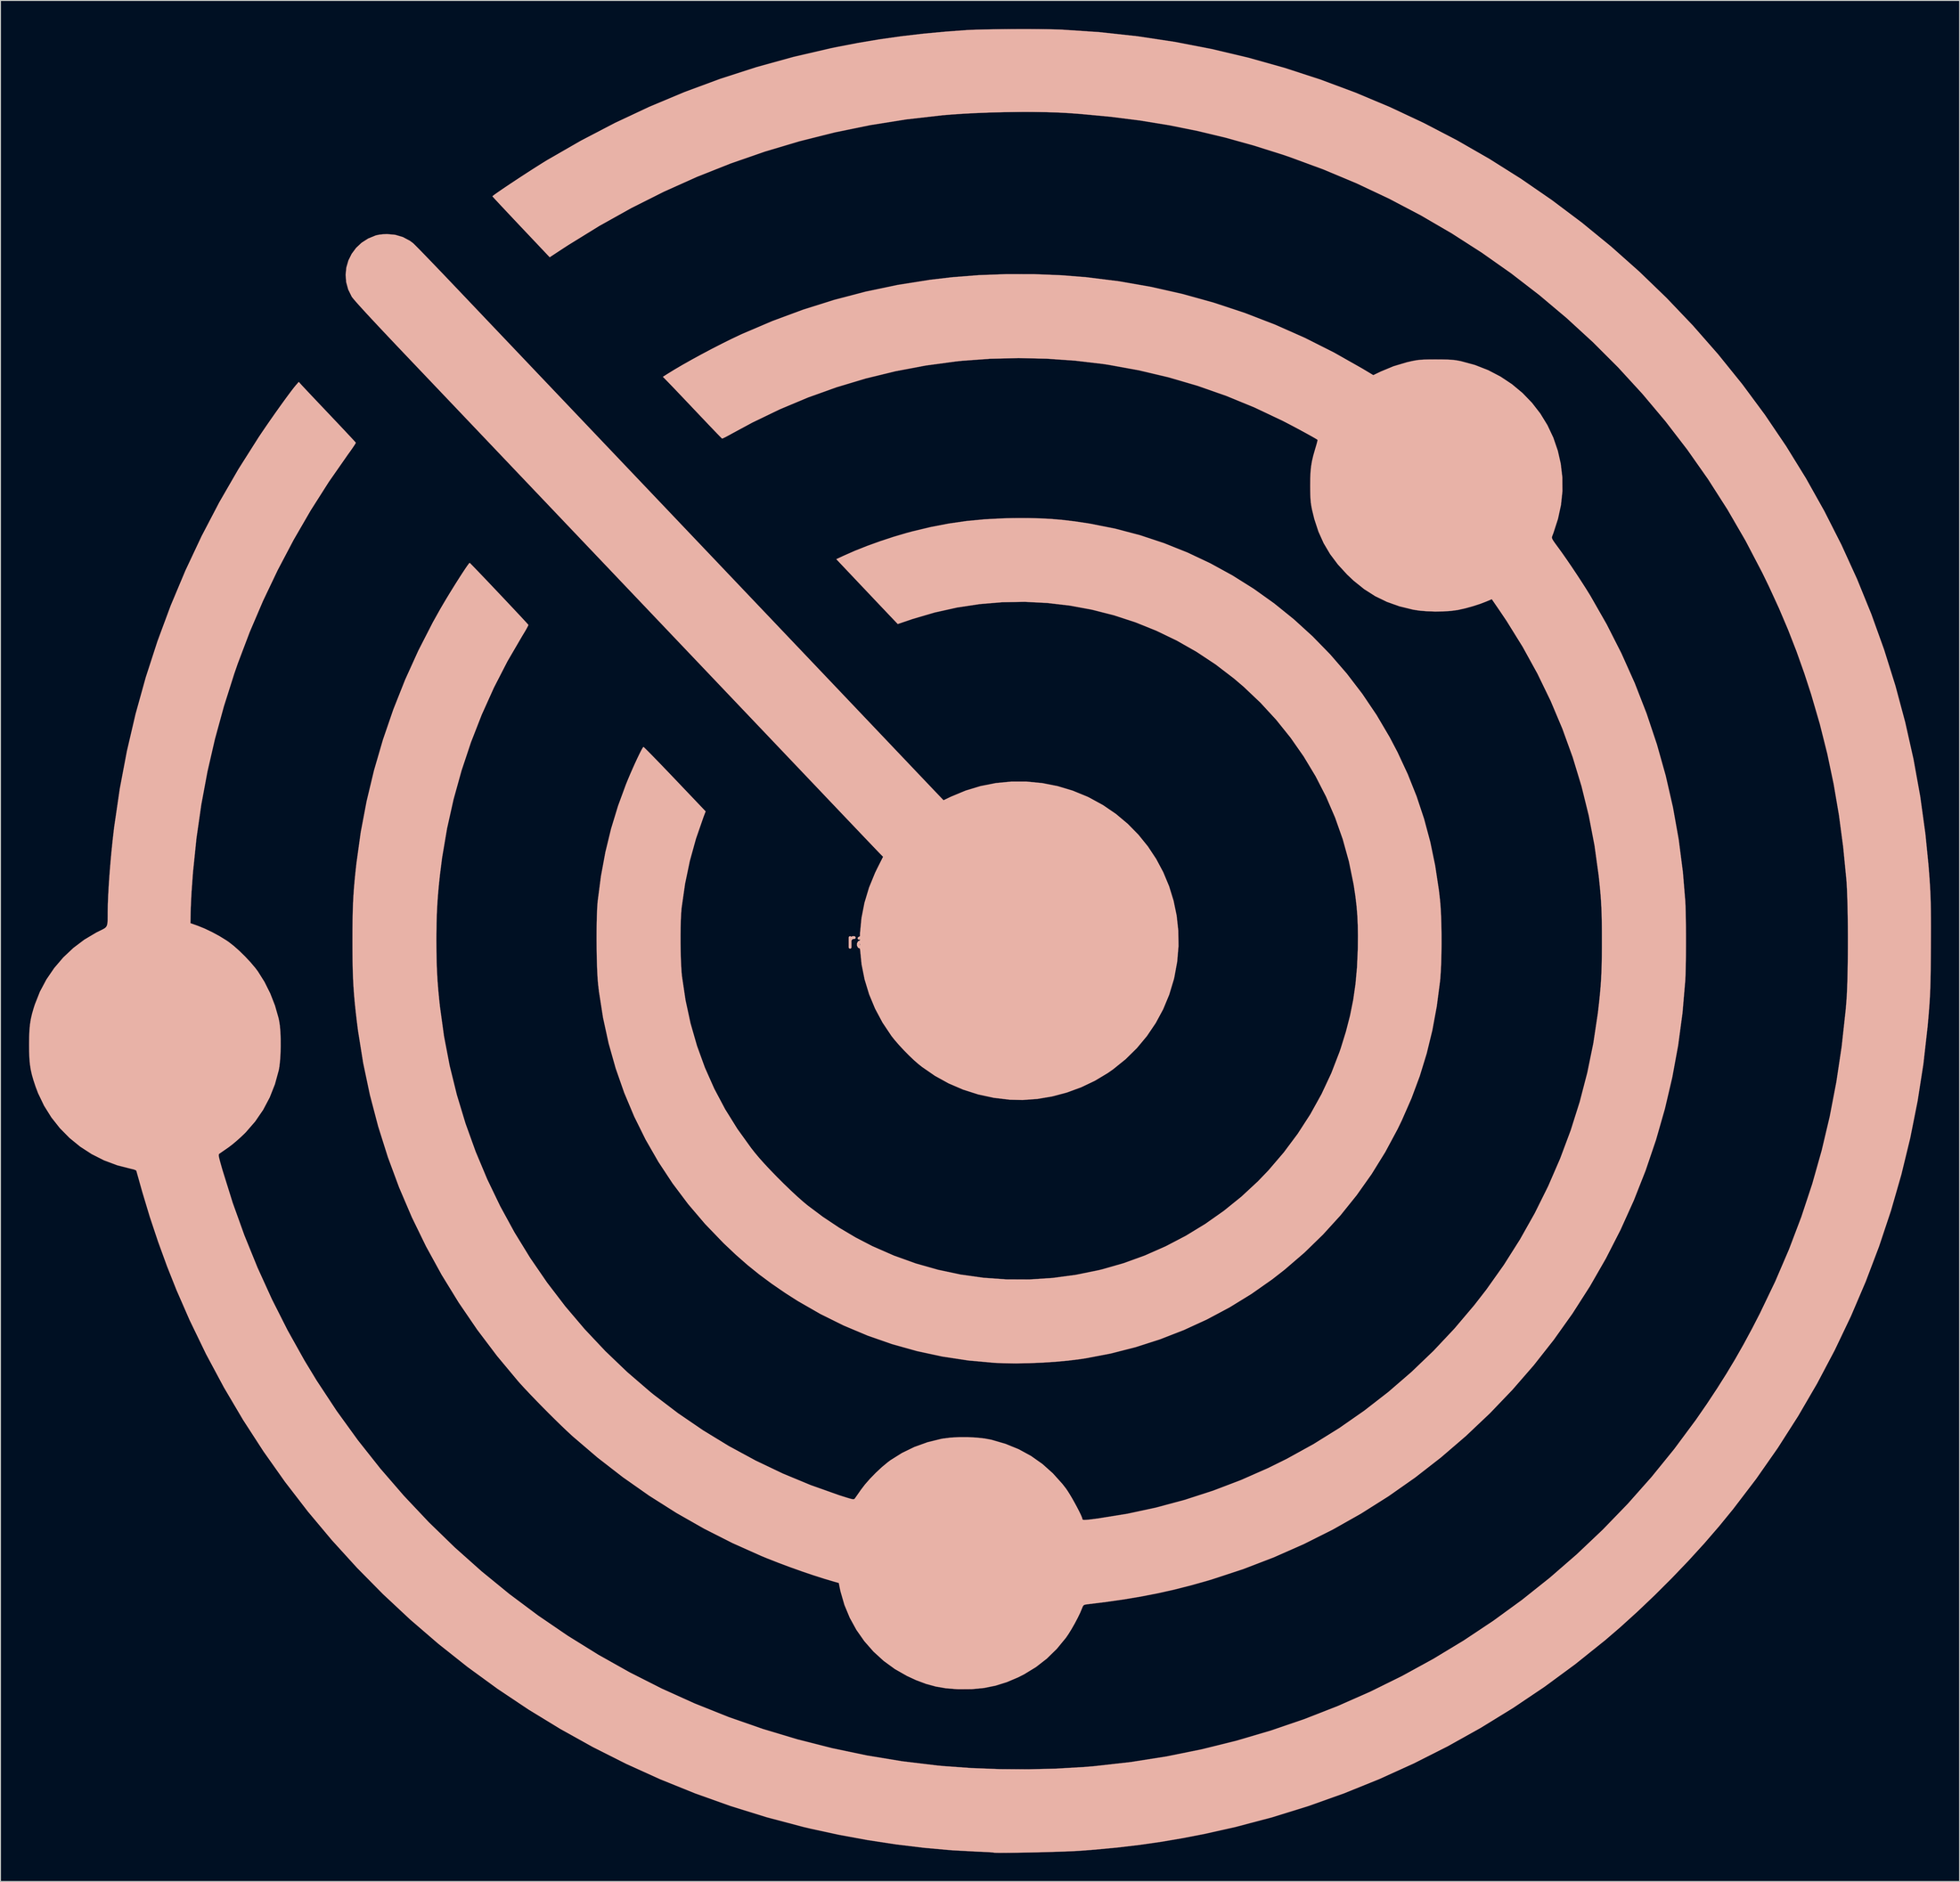
<source format=kicad_pcb>
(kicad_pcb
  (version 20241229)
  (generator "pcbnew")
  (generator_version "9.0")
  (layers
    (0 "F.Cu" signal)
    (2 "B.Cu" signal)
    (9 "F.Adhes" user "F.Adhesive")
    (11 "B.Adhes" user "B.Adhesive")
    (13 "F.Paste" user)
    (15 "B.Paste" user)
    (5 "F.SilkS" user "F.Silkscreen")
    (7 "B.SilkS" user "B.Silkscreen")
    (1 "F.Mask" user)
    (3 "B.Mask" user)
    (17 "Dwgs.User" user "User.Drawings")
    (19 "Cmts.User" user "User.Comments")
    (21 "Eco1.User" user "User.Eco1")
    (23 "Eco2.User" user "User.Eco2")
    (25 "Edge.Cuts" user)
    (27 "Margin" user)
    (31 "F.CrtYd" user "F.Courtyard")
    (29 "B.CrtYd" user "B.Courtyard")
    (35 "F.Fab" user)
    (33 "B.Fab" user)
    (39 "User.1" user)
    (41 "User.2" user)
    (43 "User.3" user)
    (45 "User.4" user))
  (footprint "radar-tracking_20x20_B"
    (layer "F.Cu")
    (at 99.869 95.798)
    (property "Reference" "radar-tracking_20x20_B" (at 0 0 0) (layer "B.SilkS") (effects (font (size 1.524 1.524) (thickness 0.3))))
    (attr through_hole)
    (fp_poly (pts (xy -61.413 -74.174) (xy -60.613 -73.938) (xy -59.881 -73.55) (xy -59.554 -73.309) (xy -59.439 -73.201) (xy -59.218 -72.981) (xy -58.9 -72.659) (xy -58.497 -72.246) (xy -58.019 -71.752) (xy -57.475 -71.188) (xy -56.877 -70.564) (xy -56.233 -69.892) (xy -55.556 -69.181) (xy -55.024 -68.622) (xy -54.31 -67.871) (xy -53.497 -67.016) (xy -52.604 -66.075) (xy -51.648 -65.069) (xy -50.647 -64.016) (xy -49.619 -62.935) (xy -48.583 -61.845) (xy -47.556 -60.764) (xy -46.557 -59.712) (xy -45.602 -58.708) (xy -45.167 -58.251) (xy -44.324 -57.363) (xy -43.38 -56.371) (xy -42.353 -55.289) (xy -41.257 -54.137) (xy -40.111 -52.93) (xy -38.929 -51.687) (xy -37.728 -50.423) (xy -36.525 -49.157) (xy -35.335 -47.906) (xy -34.176 -46.686) (xy -33.063 -45.516) (xy -32.131 -44.535) (xy -31.073 -43.421) (xy -29.954 -42.244) (xy -28.79 -41.02) (xy -27.598 -39.766) (xy -26.395 -38.499) (xy -25.195 -37.237) (xy -24.017 -35.997) (xy -22.875 -34.796) (xy -21.786 -33.651) (xy -20.768 -32.579) (xy -19.835 -31.597) (xy -19.094 -30.819) (xy -18.171 -29.847) (xy -17.196 -28.821) (xy -16.186 -27.758) (xy -15.16 -26.679) (xy -14.136 -25.601) (xy -13.131 -24.543) (xy -12.162 -23.523) (xy -11.248 -22.561) (xy -10.407 -21.676) (xy -9.656 -20.885) (xy -9.321 -20.532) (xy -8.618 -19.792) (xy -7.933 -19.071) (xy -7.278 -18.381) (xy -6.664 -17.735) (xy -6.102 -17.143) (xy -5.604 -16.62) (xy -5.182 -16.176) (xy -4.846 -15.823) (xy -4.61 -15.575) (xy -4.525 -15.486) (xy -3.829 -14.758) (xy -3.037 -15.136) (xy -1.515 -15.77) (xy 0.052 -16.245) (xy 1.654 -16.562) (xy 3.276 -16.72) (xy 4.908 -16.719) (xy 6.536 -16.561) (xy 8.148 -16.244) (xy 9.731 -15.769) (xy 11.272 -15.136) (xy 11.472 -15.04) (xy 12.929 -14.242) (xy 14.279 -13.319) (xy 15.516 -12.281) (xy 16.637 -11.139) (xy 17.637 -9.902) (xy 18.51 -8.581) (xy 19.253 -7.184) (xy 19.861 -5.723) (xy 20.329 -4.207) (xy 20.653 -2.645) (xy 20.827 -1.049) (xy 20.848 0.572) (xy 20.71 2.208) (xy 20.41 3.849) (xy 20.355 4.076) (xy 19.873 5.672) (xy 19.239 7.199) (xy 18.458 8.648) (xy 17.537 10.012) (xy 16.482 11.281) (xy 15.298 12.448) (xy 13.991 13.504) (xy 13.429 13.898) (xy 12.072 14.713) (xy 10.631 15.4) (xy 9.128 15.952) (xy 7.585 16.363) (xy 6.024 16.627) (xy 4.465 16.739) (xy 3.133 16.708) (xy 1.452 16.509) (xy -0.187 16.154) (xy -1.773 15.648) (xy -3.292 14.994) (xy -4.732 14.199) (xy -6.08 13.267) (xy -6.468 12.96) (xy -6.938 12.549) (xy -7.463 12.048) (xy -8.004 11.498) (xy -8.522 10.938) (xy -8.979 10.409) (xy -9.292 10.013) (xy -10.229 8.611) (xy -11.013 7.145) (xy -11.643 5.628) (xy -12.117 4.068) (xy -12.435 2.477) (xy -12.596 0.866) (xy -12.6 -0.756) (xy -12.444 -2.378) (xy -12.129 -3.988) (xy -11.652 -5.578) (xy -11.015 -7.135) (xy -10.786 -7.606) (xy -10.175 -8.82) (xy -10.485 -9.132) (xy -10.587 -9.237) (xy -10.797 -9.456) (xy -11.106 -9.78) (xy -11.507 -10.2) (xy -11.99 -10.706) (xy -12.547 -11.291) (xy -13.169 -11.945) (xy -13.849 -12.659) (xy -14.576 -13.423) (xy -15.343 -14.23) (xy -16.142 -15.07) (xy -16.425 -15.369) (xy -17.345 -16.337) (xy -18.317 -17.359) (xy -19.322 -18.417) (xy -20.343 -19.491) (xy -21.363 -20.564) (xy -22.363 -21.617) (xy -23.326 -22.63) (xy -24.234 -23.585) (xy -25.069 -24.463) (xy -25.813 -25.246) (xy -26.12 -25.569) (xy -28.083 -27.634) (xy -29.933 -29.58) (xy -31.677 -31.414) (xy -33.318 -33.141) (xy -34.862 -34.765) (xy -36.314 -36.292) (xy -37.677 -37.726) (xy -38.958 -39.074) (xy -40.161 -40.339) (xy -41.291 -41.527) (xy -42.352 -42.644) (xy -43.35 -43.693) (xy -44.288 -44.681) (xy -45.173 -45.612) (xy -46.009 -46.491) (xy -46.801 -47.324) (xy -47.553 -48.115) (xy -48.271 -48.87) (xy -48.959 -49.594) (xy -49.621 -50.291) (xy -49.743 -50.419) (xy -50.6 -51.321) (xy -51.552 -52.322) (xy -52.578 -53.402) (xy -53.658 -54.537) (xy -54.769 -55.706) (xy -55.891 -56.886) (xy -57.003 -58.055) (xy -58.083 -59.191) (xy -59.11 -60.27) (xy -60.063 -61.272) (xy -60.156 -61.37) (xy -61.241 -62.513) (xy -62.218 -63.546) (xy -63.086 -64.469) (xy -63.843 -65.279) (xy -64.489 -65.976) (xy -65.021 -66.559) (xy -65.44 -67.025) (xy -65.743 -67.374) (xy -65.929 -67.604) (xy -65.979 -67.675) (xy -66.348 -68.424) (xy -66.56 -69.198) (xy -66.622 -69.977) (xy -66.542 -70.746) (xy -66.327 -71.484) (xy -65.983 -72.175) (xy -65.519 -72.801) (xy -64.941 -73.342) (xy -64.256 -73.782) (xy -63.472 -74.102) (xy -63.421 -74.118) (xy -63.097 -74.186) (xy -62.688 -74.234) (xy -62.279 -74.253) (xy -62.272 -74.253) (xy -61.413 -74.174)) (stroke (width 0.01) (type solid)) (fill yes) (layer "B.SilkS"))
    (fp_poly (pts (xy 6.274 -44.383) (xy 7.503 -44.318) (xy 8.709 -44.213) (xy 9.94 -44.066) (xy 11.244 -43.872) (xy 11.599 -43.814) (xy 14.227 -43.291) (xy 16.806 -42.61) (xy 19.33 -41.773) (xy 21.792 -40.787) (xy 24.187 -39.656) (xy 26.507 -38.384) (xy 28.747 -36.977) (xy 30.901 -35.438) (xy 32.962 -33.773) (xy 34.923 -31.986) (xy 36.779 -30.083) (xy 38.523 -28.066) (xy 40.149 -25.942) (xy 41.651 -23.715) (xy 43.021 -21.39) (xy 43.848 -19.812) (xy 44.925 -17.496) (xy 45.854 -15.166) (xy 46.639 -12.803) (xy 47.287 -10.387) (xy 47.803 -7.898) (xy 48.194 -5.315) (xy 48.314 -4.27) (xy 48.374 -3.551) (xy 48.42 -2.7) (xy 48.452 -1.751) (xy 48.469 -0.74) (xy 48.473 0.296) (xy 48.461 1.322) (xy 48.436 2.301) (xy 48.396 3.199) (xy 48.342 3.98) (xy 48.314 4.27) (xy 47.972 6.892) (xy 47.507 9.412) (xy 46.913 11.85) (xy 46.184 14.229) (xy 45.314 16.567) (xy 44.297 18.887) (xy 43.849 19.812) (xy 42.56 22.213) (xy 41.128 24.526) (xy 39.557 26.746) (xy 37.853 28.866) (xy 36.02 30.88) (xy 34.063 32.784) (xy 31.987 34.571) (xy 30.692 35.581) (xy 28.502 37.12) (xy 26.214 38.526) (xy 23.842 39.793) (xy 21.395 40.916) (xy 18.887 41.892) (xy 16.328 42.714) (xy 13.73 43.378) (xy 11.106 43.88) (xy 10.456 43.978) (xy 9.249 44.127) (xy 7.933 44.247) (xy 6.555 44.337) (xy 5.163 44.394) (xy 3.802 44.416) (xy 2.52 44.402) (xy 1.524 44.359) (xy -1.239 44.109) (xy -3.956 43.696) (xy -6.624 43.122) (xy -9.24 42.388) (xy -11.801 41.494) (xy -14.304 40.441) (xy -16.747 39.231) (xy -19.126 37.865) (xy -20.464 37.009) (xy -21.879 36.036) (xy -23.18 35.071) (xy -24.413 34.076) (xy -25.626 33.011) (xy -26.867 31.839) (xy -26.954 31.754) (xy -28.871 29.762) (xy -30.647 27.676) (xy -32.281 25.5) (xy -33.772 23.237) (xy -35.117 20.893) (xy -36.314 18.471) (xy -37.362 15.975) (xy -38.258 13.41) (xy -39 10.779) (xy -39.586 8.087) (xy -40.015 5.337) (xy -40.104 4.572) (xy -40.151 4.032) (xy -40.19 3.356) (xy -40.221 2.574) (xy -40.244 1.715) (xy -40.258 0.809) (xy -40.265 -0.115) (xy -40.262 -1.028) (xy -40.251 -1.9) (xy -40.231 -2.701) (xy -40.202 -3.404) (xy -40.164 -3.977) (xy -40.148 -4.149) (xy -39.805 -6.781) (xy -39.337 -9.315) (xy -38.74 -11.77) (xy -38.009 -14.168) (xy -37.18 -16.425) (xy -36.958 -16.969) (xy -36.719 -17.535) (xy -36.47 -18.103) (xy -36.223 -18.652) (xy -35.988 -19.159) (xy -35.774 -19.604) (xy -35.592 -19.966) (xy -35.451 -20.221) (xy -35.362 -20.351) (xy -35.343 -20.362) (xy -35.27 -20.303) (xy -35.092 -20.131) (xy -34.819 -19.859) (xy -34.463 -19.497) (xy -34.033 -19.056) (xy -33.541 -18.548) (xy -32.998 -17.983) (xy -32.414 -17.373) (xy -32.036 -16.976) (xy -28.813 -13.589) (xy -29.023 -13.039) (xy -29.827 -10.722) (xy -30.474 -8.381) (xy -30.972 -5.991) (xy -31.326 -3.528) (xy -31.342 -3.387) (xy -31.386 -2.854) (xy -31.418 -2.186) (xy -31.439 -1.418) (xy -31.448 -0.585) (xy -31.447 0.28) (xy -31.434 1.142) (xy -31.412 1.967) (xy -31.378 2.72) (xy -31.335 3.367) (xy -31.298 3.742) (xy -30.924 6.253) (xy -30.398 8.688) (xy -29.72 11.049) (xy -28.89 13.338) (xy -27.906 15.554) (xy -26.769 17.7) (xy -25.478 19.777) (xy -24.033 21.786) (xy -23.655 22.267) (xy -23.197 22.816) (xy -22.634 23.446) (xy -21.994 24.13) (xy -21.305 24.84) (xy -20.593 25.551) (xy -19.884 26.235) (xy -19.206 26.866) (xy -18.586 27.415) (xy -18.119 27.804) (xy -16.508 29.013) (xy -14.807 30.149) (xy -13.062 31.185) (xy -11.32 32.089) (xy -11.303 32.097) (xy -9.048 33.086) (xy -6.747 33.914) (xy -4.409 34.578) (xy -2.039 35.08) (xy 0.356 35.417) (xy 2.769 35.589) (xy 5.195 35.596) (xy 7.626 35.438) (xy 10.057 35.112) (xy 12.479 34.619) (xy 12.827 34.534) (xy 15.095 33.884) (xy 17.324 33.074) (xy 19.503 32.111) (xy 21.619 31.005) (xy 23.659 29.761) (xy 25.609 28.387) (xy 27.459 26.892) (xy 29.194 25.282) (xy 30.294 24.135) (xy 31.903 22.254) (xy 33.371 20.286) (xy 34.695 18.238) (xy 35.871 16.116) (xy 36.895 13.929) (xy 37.762 11.682) (xy 37.891 11.303) (xy 38.43 9.565) (xy 38.863 7.887) (xy 39.197 6.227) (xy 39.439 4.543) (xy 39.597 2.794) (xy 39.677 0.937) (xy 39.682 0.72) (xy 39.693 -0.519) (xy 39.676 -1.634) (xy 39.629 -2.668) (xy 39.547 -3.665) (xy 39.429 -4.668) (xy 39.271 -5.721) (xy 39.233 -5.954) (xy 38.747 -8.329) (xy 38.101 -10.658) (xy 37.299 -12.932) (xy 36.345 -15.144) (xy 35.245 -17.286) (xy 34.002 -19.351) (xy 32.621 -21.33) (xy 31.106 -23.217) (xy 29.462 -25.004) (xy 27.693 -26.683) (xy 26.67 -27.556) (xy 24.747 -29.029) (xy 22.741 -30.358) (xy 20.661 -31.54) (xy 18.514 -32.575) (xy 16.31 -33.462) (xy 14.057 -34.197) (xy 11.762 -34.781) (xy 9.435 -35.212) (xy 7.083 -35.487) (xy 4.714 -35.606) (xy 2.337 -35.568) (xy -0.039 -35.369) (xy -2.407 -35.01) (xy -4.759 -34.488) (xy -7.085 -33.803) (xy -7.302 -33.73) (xy -8.635 -33.277) (xy -9.3 -33.974) (xy -9.502 -34.186) (xy -9.804 -34.505) (xy -10.19 -34.912) (xy -10.644 -35.391) (xy -11.15 -35.925) (xy -11.691 -36.497) (xy -12.252 -37.09) (xy -12.527 -37.38) (xy -15.089 -40.09) (xy -14.297 -40.46) (xy -13.126 -40.976) (xy -11.833 -41.489) (xy -10.465 -41.983) (xy -9.069 -42.442) (xy -7.692 -42.849) (xy -7.106 -43.006) (xy -5.172 -43.468) (xy -3.288 -43.831) (xy -1.41 -44.101) (xy 0.509 -44.284) (xy 2.513 -44.386) (xy 3.556 -44.408) (xy 4.975 -44.411) (xy 6.274 -44.383)) (stroke (width 0.01) (type solid)) (fill yes) (layer "B.SilkS"))
    (fp_poly (pts (xy 5.69 -70.041) (xy 8.579 -69.925) (xy 11.176 -69.718) (xy 14.572 -69.296) (xy 17.938 -68.708) (xy 21.267 -67.956) (xy 24.555 -67.042) (xy 27.794 -65.969) (xy 30.98 -64.738) (xy 34.105 -63.352) (xy 37.165 -61.811) (xy 40.153 -60.119) (xy 40.19 -60.097) (xy 41.306 -59.428) (xy 42.102 -59.81) (xy 43.419 -60.358) (xy 44.83 -60.78) (xy 45.297 -60.888) (xy 45.636 -60.957) (xy 45.952 -61.008) (xy 46.28 -61.042) (xy 46.657 -61.064) (xy 47.12 -61.076) (xy 47.704 -61.079) (xy 47.921 -61.079) (xy 48.56 -61.076) (xy 49.065 -61.065) (xy 49.473 -61.045) (xy 49.82 -61.013) (xy 50.141 -60.966) (xy 50.473 -60.901) (xy 50.516 -60.892) (xy 51.978 -60.494) (xy 53.363 -59.953) (xy 54.663 -59.276) (xy 55.869 -58.474) (xy 56.974 -57.553) (xy 57.969 -56.523) (xy 58.846 -55.392) (xy 59.596 -54.167) (xy 60.212 -52.859) (xy 60.686 -51.475) (xy 60.991 -50.123) (xy 61.161 -48.677) (xy 61.17 -47.235) (xy 61.017 -45.787) (xy 60.701 -44.324) (xy 60.22 -42.837) (xy 60.106 -42.541) (xy 60.071 -42.433) (xy 60.066 -42.331) (xy 60.106 -42.208) (xy 60.204 -42.036) (xy 60.373 -41.79) (xy 60.626 -41.444) (xy 60.723 -41.313) (xy 61.132 -40.748) (xy 61.603 -40.074) (xy 62.112 -39.329) (xy 62.633 -38.549) (xy 63.142 -37.772) (xy 63.615 -37.034) (xy 64.026 -36.373) (xy 64.109 -36.237) (xy 65.813 -33.251) (xy 67.364 -30.193) (xy 68.762 -27.069) (xy 70.003 -23.883) (xy 71.087 -20.641) (xy 72.013 -17.348) (xy 72.777 -14.008) (xy 73.38 -10.626) (xy 73.82 -7.208) (xy 74.072 -4.149) (xy 74.095 -3.645) (xy 74.114 -3.002) (xy 74.128 -2.251) (xy 74.138 -1.42) (xy 74.143 -0.542) (xy 74.143 0.355) (xy 74.139 1.24) (xy 74.131 2.083) (xy 74.117 2.854) (xy 74.099 3.521) (xy 74.077 4.057) (xy 74.072 4.149) (xy 73.779 7.586) (xy 73.323 10.988) (xy 72.706 14.35) (xy 71.929 17.665) (xy 70.995 20.93) (xy 69.907 24.14) (xy 68.666 27.288) (xy 67.275 30.371) (xy 65.736 33.383) (xy 64.052 36.318) (xy 62.225 39.173) (xy 60.256 41.942) (xy 58.149 44.62) (xy 55.905 47.201) (xy 53.552 49.657) (xy 51.032 52.045) (xy 48.415 54.295) (xy 45.705 56.406) (xy 42.903 58.374) (xy 40.014 60.2) (xy 37.041 61.88) (xy 33.986 63.412) (xy 30.852 64.796) (xy 27.644 66.029) (xy 24.364 67.109) (xy 23.834 67.267) (xy 22.102 67.754) (xy 20.401 68.185) (xy 18.696 68.567) (xy 16.953 68.907) (xy 15.14 69.212) (xy 13.223 69.487) (xy 11.334 69.72) (xy 11.062 69.757) (xy 10.905 69.813) (xy 10.809 69.928) (xy 10.722 70.139) (xy 10.709 70.172) (xy 10.518 70.628) (xy 10.253 71.173) (xy 9.943 71.759) (xy 9.613 72.337) (xy 9.29 72.86) (xy 9.025 73.247) (xy 8.068 74.411) (xy 7.023 75.434) (xy 5.879 76.324) (xy 4.628 77.088) (xy 4.022 77.396) (xy 2.825 77.905) (xy 1.633 78.279) (xy 0.413 78.525) (xy -0.867 78.648) (xy -2.24 78.655) (xy -2.455 78.646) (xy -3.588 78.553) (xy -4.644 78.372) (xy -5.671 78.091) (xy -6.715 77.698) (xy -7.662 77.261) (xy -8.937 76.535) (xy -10.114 75.677) (xy -11.186 74.698) (xy -12.142 73.608) (xy -12.975 72.421) (xy -13.675 71.146) (xy -14.235 69.797) (xy -14.644 68.384) (xy -14.732 67.971) (xy -14.827 67.488) (xy -15.309 67.353) (xy -16.341 67.048) (xy -17.485 66.682) (xy -18.699 66.27) (xy -19.943 65.826) (xy -21.177 65.364) (xy -22.359 64.899) (xy -22.945 64.658) (xy -25.98 63.302) (xy -28.966 61.788) (xy -31.889 60.124) (xy -34.738 58.318) (xy -37.5 56.378) (xy -40.165 54.311) (xy -42.719 52.126) (xy -42.926 51.939) (xy -43.421 51.48) (xy -43.998 50.928) (xy -44.632 50.308) (xy -45.3 49.645) (xy -45.977 48.962) (xy -46.638 48.285) (xy -47.26 47.637) (xy -47.819 47.044) (xy -48.29 46.53) (xy -48.483 46.313) (xy -50.715 43.634) (xy -52.802 40.871) (xy -54.742 38.028) (xy -56.534 35.109) (xy -58.175 32.118) (xy -59.665 29.057) (xy -61 25.932) (xy -62.181 22.745) (xy -63.204 19.501) (xy -64.069 16.203) (xy -64.774 12.855) (xy -65.317 9.46) (xy -65.444 8.467) (xy -65.56 7.46) (xy -65.657 6.538) (xy -65.734 5.667) (xy -65.795 4.816) (xy -65.84 3.952) (xy -65.872 3.043) (xy -65.892 2.055) (xy -65.901 0.958) (xy -65.903 -0.042) (xy -65.9 -1.18) (xy -65.889 -2.182) (xy -65.871 -3.079) (xy -65.842 -3.904) (xy -65.802 -4.691) (xy -65.748 -5.471) (xy -65.679 -6.278) (xy -65.593 -7.143) (xy -65.488 -8.099) (xy -65.485 -8.128) (xy -65.032 -11.399) (xy -64.413 -14.664) (xy -63.634 -17.912) (xy -62.697 -21.13) (xy -61.607 -24.306) (xy -60.368 -27.427) (xy -58.984 -30.482) (xy -57.46 -33.458) (xy -56.687 -34.84) (xy -56.377 -35.373) (xy -56.038 -35.942) (xy -55.683 -36.528) (xy -55.321 -37.114) (xy -54.966 -37.682) (xy -54.628 -38.214) (xy -54.318 -38.692) (xy -54.049 -39.098) (xy -53.832 -39.414) (xy -53.677 -39.622) (xy -53.597 -39.703) (xy -53.594 -39.704) (xy -53.529 -39.645) (xy -53.361 -39.476) (xy -53.104 -39.211) (xy -52.771 -38.865) (xy -52.374 -38.45) (xy -51.927 -37.982) (xy -51.443 -37.473) (xy -50.935 -36.937) (xy -50.417 -36.389) (xy -49.901 -35.843) (xy -49.4 -35.311) (xy -48.928 -34.809) (xy -48.498 -34.35) (xy -48.122 -33.948) (xy -47.815 -33.616) (xy -47.589 -33.369) (xy -47.457 -33.221) (xy -47.428 -33.184) (xy -47.461 -33.09) (xy -47.57 -32.879) (xy -47.739 -32.579) (xy -47.955 -32.218) (xy -48.071 -32.028) (xy -49.626 -29.361) (xy -51.045 -26.599) (xy -52.326 -23.754) (xy -53.463 -20.839) (xy -54.452 -17.865) (xy -55.289 -14.847) (xy -55.97 -11.795) (xy -56.49 -8.722) (xy -56.72 -6.9) (xy -56.837 -5.788) (xy -56.927 -4.772) (xy -56.995 -3.805) (xy -57.043 -2.84) (xy -57.072 -1.829) (xy -57.086 -0.724) (xy -57.088 0) (xy -57.082 1.183) (xy -57.062 2.244) (xy -57.026 3.231) (xy -56.971 4.191) (xy -56.894 5.172) (xy -56.793 6.221) (xy -56.72 6.9) (xy -56.289 10.038) (xy -55.695 13.139) (xy -54.941 16.199) (xy -54.03 19.21) (xy -52.966 22.166) (xy -51.752 25.063) (xy -50.392 27.893) (xy -48.888 30.65) (xy -47.244 33.329) (xy -45.464 35.923) (xy -43.551 38.426) (xy -41.508 40.832) (xy -39.339 43.135) (xy -37.047 45.329) (xy -34.635 47.407) (xy -34.248 47.721) (xy -31.712 49.652) (xy -29.08 51.45) (xy -26.361 53.11) (xy -23.565 54.626) (xy -20.701 55.994) (xy -17.78 57.207) (xy -14.811 58.261) (xy -14.478 58.369) (xy -14.007 58.517) (xy -13.671 58.618) (xy -13.444 58.675) (xy -13.299 58.693) (xy -13.213 58.676) (xy -13.157 58.631) (xy -13.142 58.611) (xy -13.05 58.482) (xy -12.887 58.25) (xy -12.678 57.951) (xy -12.507 57.703) (xy -12.071 57.133) (xy -11.53 56.517) (xy -10.924 55.895) (xy -10.294 55.309) (xy -9.679 54.798) (xy -9.398 54.588) (xy -8.192 53.831) (xy -6.889 53.198) (xy -5.515 52.702) (xy -4.098 52.353) (xy -3.859 52.31) (xy -3.079 52.213) (xy -2.206 52.165) (xy -1.29 52.164) (xy -0.385 52.211) (xy 0.459 52.302) (xy 1.185 52.437) (xy 2.679 52.871) (xy 4.069 53.439) (xy 5.36 54.143) (xy 6.554 54.986) (xy 7.653 55.968) (xy 8.663 57.092) (xy 9.028 57.563) (xy 9.218 57.84) (xy 9.444 58.202) (xy 9.691 58.621) (xy 9.943 59.069) (xy 10.186 59.518) (xy 10.403 59.939) (xy 10.581 60.303) (xy 10.702 60.583) (xy 10.752 60.75) (xy 10.753 60.76) (xy 10.767 60.816) (xy 10.823 60.852) (xy 10.943 60.866) (xy 11.148 60.859) (xy 11.458 60.829) (xy 11.896 60.776) (xy 12.422 60.706) (xy 15.462 60.218) (xy 18.496 59.565) (xy 21.51 58.753) (xy 24.486 57.788) (xy 27.408 56.674) (xy 30.261 55.416) (xy 32.216 54.449) (xy 35.021 52.901) (xy 37.74 51.209) (xy 40.365 49.378) (xy 42.893 47.413) (xy 45.316 45.318) (xy 47.631 43.098) (xy 49.831 40.758) (xy 51.91 38.302) (xy 53.184 36.661) (xy 55.016 34.076) (xy 56.71 31.399) (xy 58.263 28.638) (xy 59.67 25.802) (xy 60.929 22.899) (xy 62.037 19.936) (xy 62.989 16.923) (xy 63.783 13.867) (xy 64.416 10.777) (xy 64.884 7.661) (xy 64.931 7.269) (xy 65.033 6.366) (xy 65.115 5.554) (xy 65.181 4.798) (xy 65.231 4.066) (xy 65.267 3.321) (xy 65.292 2.531) (xy 65.308 1.661) (xy 65.315 0.677) (xy 65.316 0) (xy 65.314 -1.03) (xy 65.305 -1.924) (xy 65.289 -2.717) (xy 65.263 -3.443) (xy 65.226 -4.135) (xy 65.176 -4.827) (xy 65.111 -5.554) (xy 65.03 -6.348) (xy 64.975 -6.858) (xy 64.539 -10.015) (xy 63.939 -13.14) (xy 63.177 -16.226) (xy 62.254 -19.268) (xy 61.172 -22.258) (xy 59.936 -25.192) (xy 58.545 -28.062) (xy 57.004 -30.862) (xy 55.315 -33.586) (xy 54.633 -34.601) (xy 53.752 -35.886) (xy 53.186 -35.647) (xy 52.523 -35.393) (xy 51.764 -35.147) (xy 50.981 -34.93) (xy 50.248 -34.764) (xy 50.123 -34.741) (xy 49.433 -34.65) (xy 48.634 -34.599) (xy 47.781 -34.589) (xy 46.928 -34.618) (xy 46.131 -34.686) (xy 45.487 -34.785) (xy 44.057 -35.135) (xy 42.738 -35.604) (xy 41.509 -36.202) (xy 40.352 -36.939) (xy 39.246 -37.827) (xy 38.56 -38.475) (xy 37.589 -39.534) (xy 36.771 -40.624) (xy 36.095 -41.767) (xy 35.546 -42.987) (xy 35.113 -44.309) (xy 34.873 -45.297) (xy 34.801 -45.667) (xy 34.749 -46.021) (xy 34.714 -46.399) (xy 34.693 -46.841) (xy 34.682 -47.388) (xy 34.679 -47.794) (xy 34.686 -48.577) (xy 34.715 -49.239) (xy 34.773 -49.827) (xy 34.867 -50.39) (xy 35.004 -50.975) (xy 35.19 -51.629) (xy 35.23 -51.761) (xy 35.333 -52.111) (xy 35.41 -52.395) (xy 35.451 -52.578) (xy 35.454 -52.628) (xy 35.346 -52.702) (xy 35.111 -52.841) (xy 34.772 -53.033) (xy 34.354 -53.266) (xy 33.879 -53.525) (xy 33.37 -53.8) (xy 32.852 -54.076) (xy 32.346 -54.341) (xy 31.877 -54.583) (xy 31.747 -54.649) (xy 28.83 -56.031) (xy 25.86 -57.251) (xy 22.838 -58.311) (xy 19.766 -59.209) (xy 16.646 -59.944) (xy 13.478 -60.518) (xy 12.827 -60.615) (xy 9.942 -60.953) (xy 6.994 -61.156) (xy 4.02 -61.221) (xy 1.056 -61.148) (xy -1.859 -60.936) (xy -2.496 -60.871) (xy -5.706 -60.437) (xy -8.87 -59.84) (xy -11.985 -59.081) (xy -15.05 -58.161) (xy -18.061 -57.081) (xy -21.018 -55.841) (xy -23.917 -54.441) (xy -26.064 -53.281) (xy -26.426 -53.081) (xy -26.736 -52.917) (xy -26.963 -52.807) (xy -27.079 -52.763) (xy -27.086 -52.764) (xy -27.155 -52.829) (xy -27.329 -53.005) (xy -27.594 -53.278) (xy -27.938 -53.636) (xy -28.349 -54.065) (xy -28.815 -54.555) (xy -29.323 -55.09) (xy -29.63 -55.414) (xy -30.183 -55.998) (xy -30.722 -56.566) (xy -31.231 -57.102) (xy -31.693 -57.589) (xy -32.094 -58.009) (xy -32.417 -58.346) (xy -32.646 -58.584) (xy -32.706 -58.646) (xy -33.299 -59.253) (xy -32.842 -59.544) (xy -32.087 -60.01) (xy -31.208 -60.525) (xy -30.239 -61.071) (xy -29.212 -61.632) (xy -28.159 -62.189) (xy -27.112 -62.726) (xy -26.106 -63.225) (xy -25.171 -63.669) (xy -24.974 -63.759) (xy -21.79 -65.118) (xy -18.565 -66.312) (xy -15.299 -67.341) (xy -11.991 -68.207) (xy -8.642 -68.909) (xy -5.25 -69.446) (xy -2.921 -69.718) (xy -0.11 -69.938) (xy 2.777 -70.045) (xy 5.69 -70.041)) (stroke (width 0.01) (type solid)) (fill yes) (layer "B.SilkS"))
    (fp_poly (pts (xy 5.191 -95.792) (xy 6.11 -95.787) (xy 6.962 -95.778) (xy 7.72 -95.763) (xy 8.358 -95.744) (xy 8.564 -95.736) (xy 12.57 -95.469) (xy 16.543 -95.037) (xy 20.477 -94.443) (xy 24.37 -93.689) (xy 28.217 -92.776) (xy 32.013 -91.708) (xy 35.755 -90.487) (xy 39.438 -89.114) (xy 43.058 -87.592) (xy 46.61 -85.922) (xy 50.092 -84.108) (xy 53.497 -82.152) (xy 56.823 -80.055) (xy 60.064 -77.82) (xy 63.217 -75.449) (xy 66.278 -72.944) (xy 69.241 -70.308) (xy 72.104 -67.543) (xy 74.861 -64.65) (xy 77.509 -61.632) (xy 80.043 -58.491) (xy 80.066 -58.462) (xy 82.432 -55.263) (xy 84.657 -51.972) (xy 86.741 -48.593) (xy 88.68 -45.132) (xy 90.473 -41.595) (xy 92.117 -37.987) (xy 93.611 -34.315) (xy 94.952 -30.582) (xy 96.138 -26.796) (xy 97.166 -22.961) (xy 98.036 -19.083) (xy 98.744 -15.168) (xy 99.288 -11.221) (xy 99.608 -8.001) (xy 99.671 -7.206) (xy 99.725 -6.485) (xy 99.769 -5.814) (xy 99.804 -5.167) (xy 99.831 -4.522) (xy 99.851 -3.853) (xy 99.864 -3.137) (xy 99.871 -2.348) (xy 99.874 -1.462) (xy 99.871 -0.456) (xy 99.866 0.677) (xy 99.858 1.771) (xy 99.849 2.721) (xy 99.838 3.551) (xy 99.823 4.286) (xy 99.803 4.952) (xy 99.778 5.573) (xy 99.747 6.174) (xy 99.707 6.78) (xy 99.659 7.415) (xy 99.601 8.106) (xy 99.533 8.876) (xy 99.52 9.017) (xy 99.077 12.948) (xy 98.468 16.855) (xy 97.696 20.732) (xy 96.763 24.572) (xy 95.671 28.37) (xy 94.423 32.121) (xy 93.02 35.818) (xy 91.467 39.456) (xy 89.764 43.029) (xy 87.914 46.532) (xy 85.92 49.958) (xy 83.784 53.303) (xy 81.509 56.559) (xy 79.097 59.722) (xy 77.62 61.53) (xy 76.075 63.32) (xy 74.412 65.144) (xy 72.665 66.971) (xy 70.865 68.768) (xy 69.043 70.503) (xy 67.233 72.145) (xy 65.659 73.5) (xy 62.525 76.014) (xy 59.298 78.39) (xy 55.981 80.624) (xy 52.581 82.715) (xy 49.101 84.659) (xy 45.546 86.456) (xy 41.921 88.102) (xy 38.231 89.595) (xy 34.481 90.932) (xy 30.675 92.113) (xy 26.819 93.133) (xy 23.606 93.853) (xy 21.284 94.304) (xy 19.015 94.689) (xy 16.752 95.014) (xy 14.448 95.286) (xy 12.056 95.511) (xy 10.456 95.633) (xy 10.057 95.657) (xy 9.547 95.681) (xy 8.947 95.705) (xy 8.275 95.729) (xy 7.549 95.751) (xy 6.789 95.772) (xy 6.014 95.792) (xy 5.241 95.809) (xy 4.491 95.823) (xy 3.782 95.835) (xy 3.132 95.843) (xy 2.561 95.847) (xy 2.087 95.848) (xy 1.73 95.843) (xy 1.508 95.834) (xy 1.439 95.823) (xy 1.345 95.807) (xy 1.109 95.787) (xy 0.76 95.766) (xy 0.324 95.746) (xy -0.127 95.728) (xy -2.946 95.577) (xy -5.859 95.318) (xy -8.832 94.957) (xy -11.831 94.499) (xy -14.824 93.948) (xy -17.777 93.308) (xy -18.542 93.126) (xy -22.394 92.106) (xy -26.184 90.929) (xy -29.908 89.6) (xy -33.564 88.122) (xy -37.146 86.499) (xy -40.65 84.733) (xy -44.074 82.827) (xy -47.412 80.787) (xy -50.661 78.614) (xy -53.818 76.312) (xy -56.877 73.884) (xy -59.835 71.335) (xy -62.689 68.666) (xy -65.434 65.883) (xy -68.066 62.987) (xy -70.582 59.982) (xy -72.977 56.873) (xy -75.247 53.661) (xy -77.39 50.351) (xy -79.399 46.946) (xy -81.273 43.448) (xy -83.006 39.863) (xy -84.385 36.703) (xy -85.377 34.205) (xy -86.319 31.617) (xy -87.189 29.007) (xy -87.962 26.439) (xy -88.053 26.12) (xy -88.204 25.581) (xy -88.34 25.096) (xy -88.455 24.688) (xy -88.541 24.381) (xy -88.592 24.2) (xy -88.603 24.164) (xy -88.694 24.1) (xy -88.906 24.027) (xy -89.163 23.966) (xy -90.607 23.598) (xy -91.984 23.082) (xy -93.284 22.426) (xy -94.498 21.638) (xy -95.615 20.727) (xy -96.625 19.702) (xy -97.519 18.571) (xy -98.287 17.342) (xy -98.918 16.025) (xy -99.175 15.348) (xy -99.399 14.674) (xy -99.57 14.077) (xy -99.695 13.515) (xy -99.781 12.945) (xy -99.833 12.326) (xy -99.859 11.616) (xy -99.864 10.922) (xy -99.856 10.106) (xy -99.827 9.417) (xy -99.771 8.813) (xy -99.683 8.253) (xy -99.556 7.694) (xy -99.384 7.096) (xy -99.258 6.704) (xy -98.724 5.354) (xy -98.041 4.072) (xy -97.221 2.871) (xy -96.276 1.764) (xy -95.218 0.766) (xy -94.058 -0.111) (xy -92.807 -0.854) (xy -92.463 -1.026) (xy -92.157 -1.175) (xy -91.934 -1.3) (xy -91.781 -1.432) (xy -91.686 -1.6) (xy -91.634 -1.832) (xy -91.613 -2.16) (xy -91.609 -2.611) (xy -91.609 -2.91) (xy -91.596 -3.727) (xy -91.559 -4.681) (xy -91.501 -5.745) (xy -91.423 -6.888) (xy -91.327 -8.082) (xy -91.217 -9.297) (xy -91.094 -10.505) (xy -90.96 -11.675) (xy -90.922 -11.98) (xy -90.338 -15.97) (xy -89.59 -19.918) (xy -88.68 -23.82) (xy -87.61 -27.672) (xy -86.379 -31.471) (xy -84.991 -35.214) (xy -83.445 -38.896) (xy -81.744 -42.515) (xy -79.888 -46.068) (xy -77.879 -49.549) (xy -75.762 -52.891) (xy -75.357 -53.496) (xy -74.916 -54.142) (xy -74.453 -54.811) (xy -73.983 -55.481) (xy -73.52 -56.132) (xy -73.08 -56.743) (xy -72.676 -57.295) (xy -72.323 -57.766) (xy -72.037 -58.137) (xy -71.839 -58.378) (xy -71.542 -58.716) (xy -71.225 -58.366) (xy -71.102 -58.233) (xy -70.875 -57.991) (xy -70.559 -57.654) (xy -70.166 -57.238) (xy -69.71 -56.756) (xy -69.205 -56.222) (xy -68.664 -55.651) (xy -68.241 -55.205) (xy -67.695 -54.628) (xy -67.185 -54.088) (xy -66.723 -53.598) (xy -66.322 -53.169) (xy -65.992 -52.815) (xy -65.746 -52.549) (xy -65.595 -52.382) (xy -65.55 -52.327) (xy -65.589 -52.24) (xy -65.714 -52.041) (xy -65.908 -51.753) (xy -66.156 -51.4) (xy -66.383 -51.086) (xy -68.383 -48.217) (xy -70.286 -45.223) (xy -72.079 -42.127) (xy -73.753 -38.948) (xy -75.296 -35.709) (xy -76.697 -32.429) (xy -77.947 -29.131) (xy -78.315 -28.067) (xy -79.408 -24.62) (xy -80.347 -21.191) (xy -81.137 -17.755) (xy -81.781 -14.291) (xy -82.286 -10.776) (xy -82.654 -7.186) (xy -82.8 -5.165) (xy -82.832 -4.601) (xy -82.861 -3.994) (xy -82.884 -3.411) (xy -82.899 -2.917) (xy -82.9 -2.846) (xy -82.918 -1.84) (xy -82.151 -1.566) (xy -81.43 -1.275) (xy -80.649 -0.902) (xy -79.872 -0.481) (xy -79.163 -0.045) (xy -78.888 0.143) (xy -78.351 0.564) (xy -77.763 1.087) (xy -77.167 1.672) (xy -76.601 2.28) (xy -76.105 2.868) (xy -75.842 3.217) (xy -75.146 4.324) (xy -74.539 5.54) (xy -74.041 6.817) (xy -73.672 8.111) (xy -73.601 8.437) (xy -73.523 8.961) (xy -73.47 9.609) (xy -73.443 10.338) (xy -73.44 11.106) (xy -73.461 11.87) (xy -73.506 12.586) (xy -73.575 13.213) (xy -73.643 13.605) (xy -74.046 15.077) (xy -74.596 16.47) (xy -75.289 17.779) (xy -76.124 18.997) (xy -77.096 20.118) (xy -77.254 20.278) (xy -77.654 20.659) (xy -78.09 21.048) (xy -78.515 21.404) (xy -78.883 21.686) (xy -78.952 21.735) (xy -79.279 21.962) (xy -79.567 22.161) (xy -79.779 22.309) (xy -79.868 22.37) (xy -79.917 22.415) (xy -79.945 22.481) (xy -79.947 22.589) (xy -79.919 22.762) (xy -79.857 23.023) (xy -79.756 23.393) (xy -79.614 23.895) (xy -79.546 24.13) (xy -78.479 27.551) (xy -77.252 30.964) (xy -75.877 34.347) (xy -74.362 37.678) (xy -72.718 40.934) (xy -70.954 44.094) (xy -69.666 46.218) (xy -67.565 49.407) (xy -65.332 52.494) (xy -62.973 55.474) (xy -60.491 58.344) (xy -57.891 61.1) (xy -55.179 63.738) (xy -52.357 66.255) (xy -49.432 68.647) (xy -46.407 70.909) (xy -43.288 73.039) (xy -40.079 75.032) (xy -36.784 76.884) (xy -33.409 78.593) (xy -29.957 80.153) (xy -26.434 81.562) (xy -26.331 81.6) (xy -22.785 82.835) (xy -19.183 83.918) (xy -15.539 84.846) (xy -11.867 85.615) (xy -8.18 86.223) (xy -4.494 86.666) (xy -3.768 86.733) (xy -0.872 86.939) (xy 2.096 87.051) (xy 5.087 87.069) (xy 8.052 86.994) (xy 10.944 86.826) (xy 12.023 86.736) (xy 15.808 86.311) (xy 19.555 85.723) (xy 23.259 84.974) (xy 26.916 84.068) (xy 30.52 83.006) (xy 34.068 81.793) (xy 37.555 80.429) (xy 40.976 78.919) (xy 44.325 77.265) (xy 47.6 75.47) (xy 50.795 73.537) (xy 53.905 71.467) (xy 56.926 69.265) (xy 59.852 66.932) (xy 62.681 64.472) (xy 65.406 61.887) (xy 68.023 59.181) (xy 70.528 56.355) (xy 72.915 53.412) (xy 75.181 50.356) (xy 76.337 48.682) (xy 77.415 47.05) (xy 78.405 45.482) (xy 79.334 43.933) (xy 80.229 42.355) (xy 81.119 40.701) (xy 81.912 39.158) (xy 83.519 35.808) (xy 84.968 32.432) (xy 86.262 29.02) (xy 87.404 25.564) (xy 88.396 22.055) (xy 89.241 18.483) (xy 89.94 14.841) (xy 90.498 11.119) (xy 90.915 7.309) (xy 90.99 6.435) (xy 91.034 5.768) (xy 91.072 4.958) (xy 91.102 4.029) (xy 91.124 3.007) (xy 91.14 1.917) (xy 91.148 0.784) (xy 91.15 -0.365) (xy 91.144 -1.507) (xy 91.131 -2.616) (xy 91.111 -3.666) (xy 91.083 -4.631) (xy 91.049 -5.488) (xy 91.007 -6.21) (xy 90.99 -6.435) (xy 90.653 -9.876) (xy 90.21 -13.206) (xy 89.658 -16.449) (xy 88.99 -19.631) (xy 88.201 -22.776) (xy 87.287 -25.909) (xy 86.57 -28.109) (xy 85.747 -30.425) (xy 84.867 -32.684) (xy 83.911 -34.935) (xy 82.86 -37.224) (xy 82.168 -38.65) (xy 80.403 -42.027) (xy 78.499 -45.313) (xy 76.46 -48.502) (xy 74.288 -51.593) (xy 71.99 -54.581) (xy 69.569 -57.462) (xy 67.029 -60.233) (xy 64.375 -62.889) (xy 61.61 -65.428) (xy 58.74 -67.845) (xy 55.768 -70.138) (xy 52.698 -72.301) (xy 49.536 -74.332) (xy 46.285 -76.226) (xy 42.949 -77.98) (xy 39.533 -79.591) (xy 36.04 -81.054) (xy 32.476 -82.365) (xy 31.792 -82.597) (xy 28.784 -83.547) (xy 25.812 -84.376) (xy 22.847 -85.087) (xy 19.862 -85.688) (xy 16.828 -86.183) (xy 13.715 -86.577) (xy 10.497 -86.878) (xy 9.271 -86.966) (xy 8.15 -87.025) (xy 6.893 -87.064) (xy 5.531 -87.083) (xy 4.096 -87.082) (xy 2.621 -87.063) (xy 1.137 -87.026) (xy -0.324 -86.971) (xy -1.73 -86.899) (xy -3.05 -86.81) (xy -3.937 -86.736) (xy -7.746 -86.3) (xy -11.519 -85.7) (xy -15.252 -84.935) (xy -18.943 -84.008) (xy -22.587 -82.921) (xy -26.18 -81.673) (xy -29.719 -80.268) (xy -33.2 -78.705) (xy -36.618 -76.986) (xy -39.971 -75.113) (xy -43.254 -73.087) (xy -43.74 -72.771) (xy -45.189 -71.819) (xy -48.185 -74.989) (xy -48.764 -75.603) (xy -49.307 -76.18) (xy -49.803 -76.708) (xy -50.242 -77.175) (xy -50.611 -77.571) (xy -50.9 -77.882) (xy -51.098 -78.098) (xy -51.195 -78.207) (xy -51.202 -78.217) (xy -51.141 -78.28) (xy -50.953 -78.422) (xy -50.657 -78.632) (xy -50.27 -78.899) (xy -49.808 -79.213) (xy -49.289 -79.56) (xy -48.73 -79.931) (xy -48.148 -80.313) (xy -47.559 -80.696) (xy -46.982 -81.068) (xy -46.433 -81.417) (xy -45.93 -81.734) (xy -45.488 -82.005) (xy -45.431 -82.039) (xy -41.917 -84.062) (xy -38.344 -85.926) (xy -34.712 -87.631) (xy -31.021 -89.178) (xy -27.271 -90.566) (xy -23.462 -91.795) (xy -19.594 -92.865) (xy -15.666 -93.777) (xy -15.124 -93.889) (xy -12.824 -94.333) (xy -10.558 -94.713) (xy -8.287 -95.035) (xy -5.967 -95.306) (xy -3.559 -95.529) (xy -1.439 -95.685) (xy -0.927 -95.711) (xy -0.271 -95.734) (xy 0.501 -95.754) (xy 1.364 -95.769) (xy 2.29 -95.781) (xy 3.254 -95.789) (xy 4.23 -95.793) (xy 5.191 -95.792)) (stroke (width 0.01) (type solid)) (fill yes) (layer "B.SilkS")))
  (gr_rect
    (start -3 -3)
    (end 202.748 194.651)
    (stroke (width 0.1) (type default))
    (fill no)
    (layer "Edge.Cuts")))
</source>
